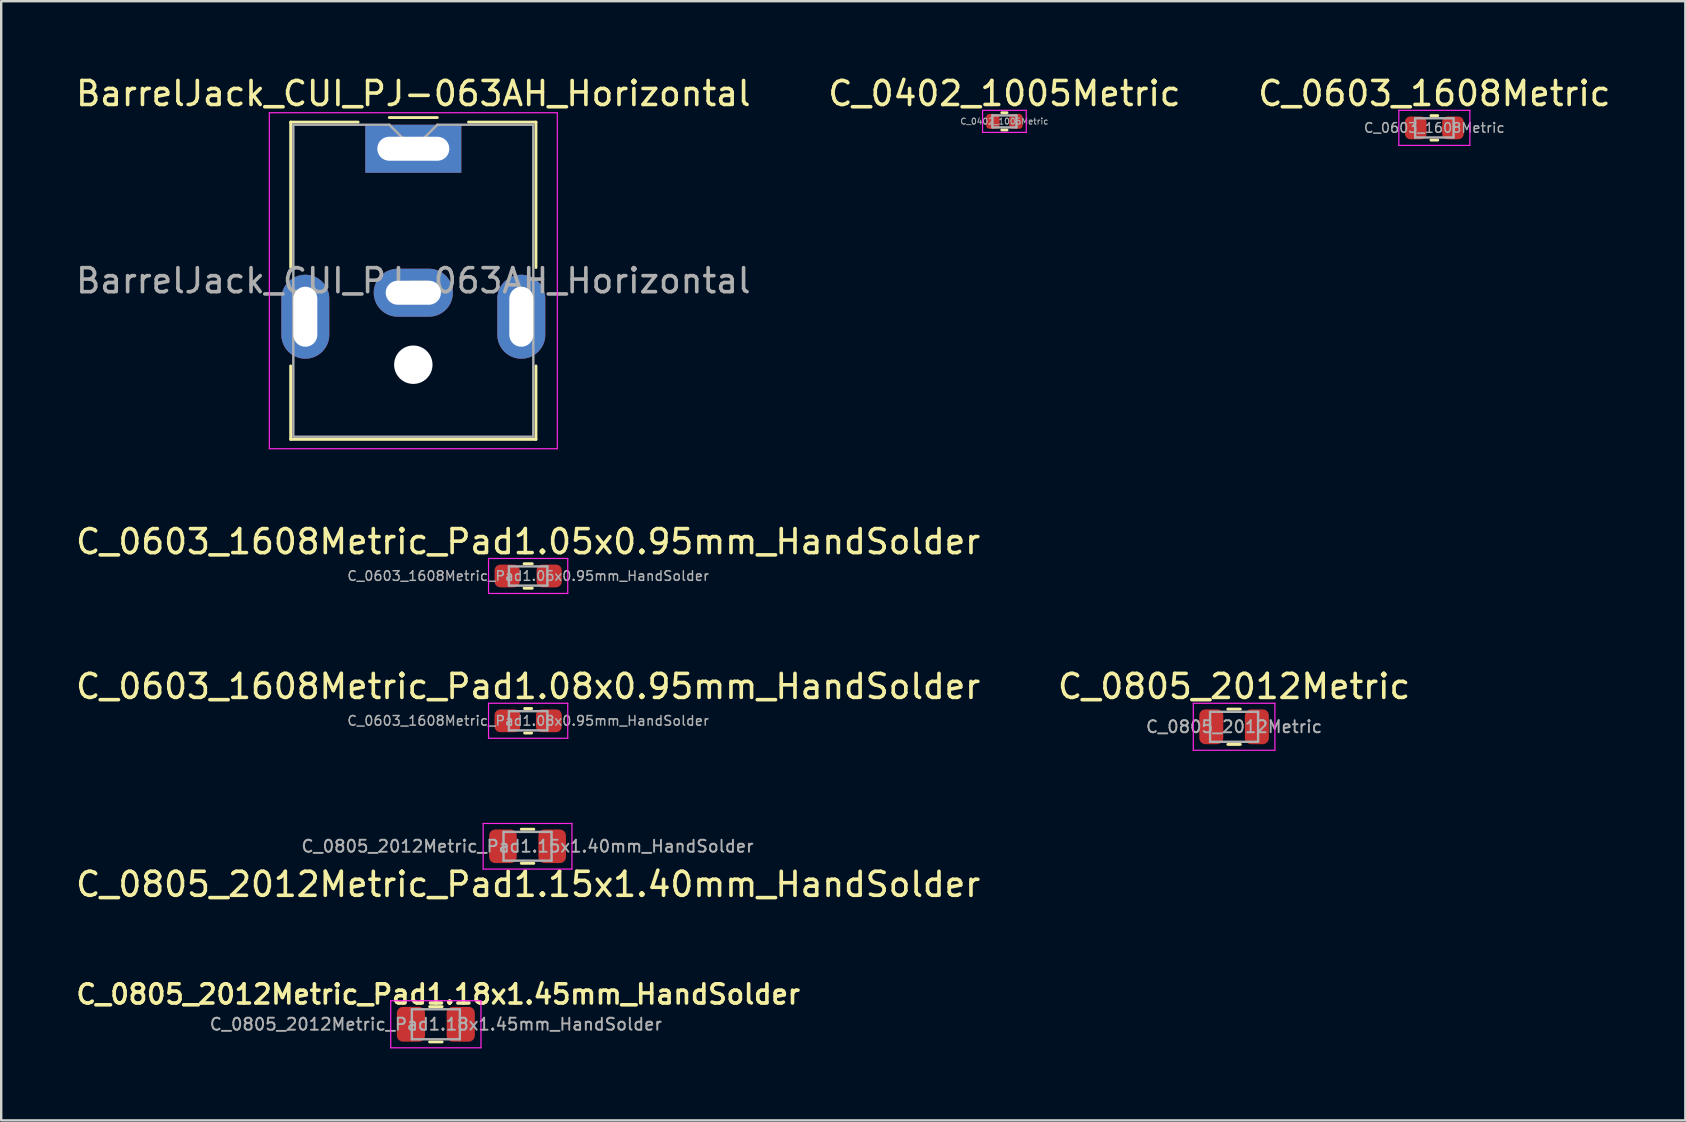
<source format=kicad_pcb>
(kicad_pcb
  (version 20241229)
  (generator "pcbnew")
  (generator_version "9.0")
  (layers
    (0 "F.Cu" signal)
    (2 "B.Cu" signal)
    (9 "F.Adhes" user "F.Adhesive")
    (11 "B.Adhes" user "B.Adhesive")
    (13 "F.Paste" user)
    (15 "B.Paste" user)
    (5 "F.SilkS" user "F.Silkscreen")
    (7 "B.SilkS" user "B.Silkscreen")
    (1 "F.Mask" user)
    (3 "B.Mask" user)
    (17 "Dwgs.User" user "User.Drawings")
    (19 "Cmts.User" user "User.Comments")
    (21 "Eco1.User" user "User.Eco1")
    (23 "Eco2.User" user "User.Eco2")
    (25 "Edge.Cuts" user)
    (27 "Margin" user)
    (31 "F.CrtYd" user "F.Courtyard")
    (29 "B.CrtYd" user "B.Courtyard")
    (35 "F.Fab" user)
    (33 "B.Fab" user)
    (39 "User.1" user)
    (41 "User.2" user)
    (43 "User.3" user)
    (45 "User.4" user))
  (footprint "C_0402_1005Metric"
    (layer "F.Cu")
    (at 38.804 2.008)
    (property "Reference" "C_0402_1005Metric" (at 0 -1.16 180) (layer "F.SilkS") (effects (font (size 1 1) (thickness 0.15))))
    (attr smd)
    (fp_line (start -0.108 -0.36) (end 0.108 -0.36) (stroke (width 0.12) (type solid)) (layer "F.SilkS"))
    (fp_line (start -0.108 0.36) (end 0.108 0.36) (stroke (width 0.12) (type solid)) (layer "F.SilkS"))
    (fp_line (start -0.91 -0.46) (end 0.91 -0.46) (stroke (width 0.05) (type solid)) (layer "F.CrtYd"))
    (fp_line (start -0.91 0.46) (end -0.91 -0.46) (stroke (width 0.05) (type solid)) (layer "F.CrtYd"))
    (fp_line (start 0.91 -0.46) (end 0.91 0.46) (stroke (width 0.05) (type solid)) (layer "F.CrtYd"))
    (fp_line (start 0.91 0.46) (end -0.91 0.46) (stroke (width 0.05) (type solid)) (layer "F.CrtYd"))
    (fp_line (start -0.5 -0.25) (end 0.5 -0.25) (stroke (width 0.1) (type solid)) (layer "F.Fab"))
    (fp_line (start -0.5 0.25) (end -0.5 -0.25) (stroke (width 0.1) (type solid)) (layer "F.Fab"))
    (fp_line (start 0.5 -0.25) (end 0.5 0.25) (stroke (width 0.1) (type solid)) (layer "F.Fab"))
    (fp_line (start 0.5 0.25) (end -0.5 0.25) (stroke (width 0.1) (type solid)) (layer "F.Fab"))
    (fp_text user "${REFERENCE}" (at 0 0 180) (layer "F.Fab") (effects (font (size 0.25 0.25) (thickness 0.04))))
    (pad "1" smd roundrect (at -0.48 0) (size 0.56 0.62) (layers "F.Cu" "F.Mask" "F.Paste") (roundrect_rratio 0.25))
    (pad "2" smd roundrect (at 0.48 0) (size 0.56 0.62) (layers "F.Cu" "F.Mask" "F.Paste") (roundrect_rratio 0.25)))
  (footprint "C_0805_2012Metric_Pad1.18x1.45mm_HandSolder"
    (layer "F.Cu")
    (at 15.112 39.632)
    (property "Reference" "C_0805_2012Metric_Pad1.18x1.45mm_HandSolder" (at 0.1 -1.25 0) (layer "F.SilkS") (effects (font (size 0.8 0.8) (thickness 0.15))))
    (attr smd)
    (fp_line (start -0.261 -0.735) (end 0.261 -0.735) (stroke (width 0.12) (type solid)) (layer "F.SilkS"))
    (fp_line (start -0.261 0.735) (end 0.261 0.735) (stroke (width 0.12) (type solid)) (layer "F.SilkS"))
    (fp_line (start -1.88 -0.98) (end 1.88 -0.98) (stroke (width 0.05) (type solid)) (layer "F.CrtYd"))
    (fp_line (start -1.88 0.98) (end -1.88 -0.98) (stroke (width 0.05) (type solid)) (layer "F.CrtYd"))
    (fp_line (start 1.88 -0.98) (end 1.88 0.98) (stroke (width 0.05) (type solid)) (layer "F.CrtYd"))
    (fp_line (start 1.88 0.98) (end -1.88 0.98) (stroke (width 0.05) (type solid)) (layer "F.CrtYd"))
    (fp_line (start -1 -0.625) (end 1 -0.625) (stroke (width 0.1) (type solid)) (layer "F.Fab"))
    (fp_line (start -1 0.625) (end -1 -0.625) (stroke (width 0.1) (type solid)) (layer "F.Fab"))
    (fp_line (start 1 -0.625) (end 1 0.625) (stroke (width 0.1) (type solid)) (layer "F.Fab"))
    (fp_line (start 1 0.625) (end -1 0.625) (stroke (width 0.1) (type solid)) (layer "F.Fab"))
    (fp_text user "${REFERENCE}" (at 0 0 0) (layer "F.Fab") (effects (font (size 0.5 0.5) (thickness 0.08))))
    (pad "1" smd roundrect (at -1.038 0) (size 1.175 1.45) (layers "F.Cu" "F.Mask" "F.Paste") (roundrect_rratio 0.213))
    (pad "2" smd roundrect (at 1.038 0) (size 1.175 1.45) (layers "F.Cu" "F.Mask" "F.Paste") (roundrect_rratio 0.213)))
  (footprint "BarrelJack_CUI_PJ-063AH_Horizontal"
    (layer "F.Cu")
    (at 14.173 3.148)
    (property "Reference" "BarrelJack_CUI_PJ-063AH_Horizontal" (at 0 -2.3 0) (layer "F.SilkS") (effects (font (size 1 1) (thickness 0.15))))
    (attr through_hole)
    (fp_line (start -5.11 -1.11) (end -2.3 -1.11) (stroke (width 0.12) (type solid)) (layer "F.SilkS"))
    (fp_line (start -5.11 4.95) (end -5.11 -1.11) (stroke (width 0.12) (type solid)) (layer "F.SilkS"))
    (fp_line (start -5.11 12.11) (end -5.11 9.05) (stroke (width 0.12) (type solid)) (layer "F.SilkS"))
    (fp_line (start -1 -1.3) (end 1 -1.3) (stroke (width 0.12) (type solid)) (layer "F.SilkS"))
    (fp_line (start 2.3 -1.11) (end 5.11 -1.11) (stroke (width 0.12) (type solid)) (layer "F.SilkS"))
    (fp_line (start 5.11 -1.11) (end 5.11 4.95) (stroke (width 0.12) (type solid)) (layer "F.SilkS"))
    (fp_line (start 5.11 9.05) (end 5.11 12.11) (stroke (width 0.12) (type solid)) (layer "F.SilkS"))
    (fp_line (start 5.11 12.11) (end -5.11 12.11) (stroke (width 0.12) (type solid)) (layer "F.SilkS"))
    (fp_line (start -6 -1.5) (end -6 12.5) (stroke (width 0.05) (type solid)) (layer "F.CrtYd"))
    (fp_line (start -6 12.5) (end 6 12.5) (stroke (width 0.05) (type solid)) (layer "F.CrtYd"))
    (fp_line (start 6 -1.5) (end -6 -1.5) (stroke (width 0.05) (type solid)) (layer "F.CrtYd"))
    (fp_line (start 6 12.5) (end 6 -1.5) (stroke (width 0.05) (type solid)) (layer "F.CrtYd"))
    (fp_line (start -5 -1) (end -1 -1) (stroke (width 0.1) (type solid)) (layer "F.Fab"))
    (fp_line (start -5 12) (end -5 -1) (stroke (width 0.1) (type solid)) (layer "F.Fab"))
    (fp_line (start -1 -1) (end 0 0) (stroke (width 0.1) (type solid)) (layer "F.Fab"))
    (fp_line (start 0 0) (end 1 -1) (stroke (width 0.1) (type solid)) (layer "F.Fab"))
    (fp_line (start 1 -1) (end 5 -1) (stroke (width 0.1) (type solid)) (layer "F.Fab"))
    (fp_line (start 5 -1) (end 5 12) (stroke (width 0.1) (type solid)) (layer "F.Fab"))
    (fp_line (start 5 12) (end -5 12) (stroke (width 0.1) (type solid)) (layer "F.Fab"))
    (fp_text user "${REFERENCE}" (at 0 5.5 0) (layer "F.Fab") (effects (font (size 1 1) (thickness 0.15))))
    (pad "" np_thru_hole circle (at 0 9) (size 1.6 1.6) (drill 1.6) (layers "*.Cu" "*.Mask"))
    (pad "1" thru_hole rect (at 0 0) (size 4 2) (drill oval 3 1) (layers "*.Cu" "*.Mask"))
    (pad "2" thru_hole oval (at 0 6) (size 3.3 2) (drill oval 2.3 1) (layers "*.Cu" "*.Mask"))
    (pad "MP" thru_hole oval (at -4.5 7) (size 2 3.5) (drill oval 1 2.5) (layers "*.Cu" "*.Mask"))
    (pad "MP" thru_hole oval (at 4.5 7) (size 2 3.5) (drill oval 1 2.5) (layers "*.Cu" "*.Mask")))
  (footprint "C_0805_2012Metric_Pad1.15x1.40mm_HandSolder"
    (layer "F.Cu")
    (at 18.933 32.215)
    (property "Reference" "C_0805_2012Metric_Pad1.15x1.40mm_HandSolder" (at 0.025 1.587 0) (layer "F.SilkS") (effects (font (size 1 1) (thickness 0.15))))
    (attr smd)
    (fp_line (start -0.261 -0.71) (end 0.261 -0.71) (stroke (width 0.12) (type solid)) (layer "F.SilkS"))
    (fp_line (start -0.261 0.71) (end 0.261 0.71) (stroke (width 0.12) (type solid)) (layer "F.SilkS"))
    (fp_line (start -1.85 -0.95) (end 1.85 -0.95) (stroke (width 0.05) (type solid)) (layer "F.CrtYd"))
    (fp_line (start -1.85 0.95) (end -1.85 -0.95) (stroke (width 0.05) (type solid)) (layer "F.CrtYd"))
    (fp_line (start 1.85 -0.95) (end 1.85 0.95) (stroke (width 0.05) (type solid)) (layer "F.CrtYd"))
    (fp_line (start 1.85 0.95) (end -1.85 0.95) (stroke (width 0.05) (type solid)) (layer "F.CrtYd"))
    (fp_line (start -1 -0.6) (end 1 -0.6) (stroke (width 0.1) (type solid)) (layer "F.Fab"))
    (fp_line (start -1 0.6) (end -1 -0.6) (stroke (width 0.1) (type solid)) (layer "F.Fab"))
    (fp_line (start 1 -0.6) (end 1 0.6) (stroke (width 0.1) (type solid)) (layer "F.Fab"))
    (fp_line (start 1 0.6) (end -1 0.6) (stroke (width 0.1) (type solid)) (layer "F.Fab"))
    (fp_text user "${REFERENCE}" (at 0 0 0) (layer "F.Fab") (effects (font (size 0.5 0.5) (thickness 0.08))))
    (pad "1" smd roundrect (at -1.025 0 180) (size 1.15 1.4) (layers "F.Cu" "F.Mask" "F.Paste") (roundrect_rratio 0.217))
    (pad "2" smd roundrect (at 1.025 0 180) (size 1.15 1.4) (layers "F.Cu" "F.Mask" "F.Paste") (roundrect_rratio 0.217)))
  (footprint "C_0805_2012Metric"
    (layer "F.Cu")
    (at 48.375 27.235)
    (property "Reference" "C_0805_2012Metric" (at 0 -1.68 0) (layer "F.SilkS") (effects (font (size 1 1) (thickness 0.15))))
    (attr smd)
    (fp_line (start -0.261 -0.735) (end 0.261 -0.735) (stroke (width 0.12) (type solid)) (layer "F.SilkS"))
    (fp_line (start -0.261 0.735) (end 0.261 0.735) (stroke (width 0.12) (type solid)) (layer "F.SilkS"))
    (fp_line (start -1.7 -0.98) (end 1.7 -0.98) (stroke (width 0.05) (type solid)) (layer "F.CrtYd"))
    (fp_line (start -1.7 0.98) (end -1.7 -0.98) (stroke (width 0.05) (type solid)) (layer "F.CrtYd"))
    (fp_line (start 1.7 -0.98) (end 1.7 0.98) (stroke (width 0.05) (type solid)) (layer "F.CrtYd"))
    (fp_line (start 1.7 0.98) (end -1.7 0.98) (stroke (width 0.05) (type solid)) (layer "F.CrtYd"))
    (fp_line (start -1 -0.625) (end 1 -0.625) (stroke (width 0.1) (type solid)) (layer "F.Fab"))
    (fp_line (start -1 0.625) (end -1 -0.625) (stroke (width 0.1) (type solid)) (layer "F.Fab"))
    (fp_line (start 1 -0.625) (end 1 0.625) (stroke (width 0.1) (type solid)) (layer "F.Fab"))
    (fp_line (start 1 0.625) (end -1 0.625) (stroke (width 0.1) (type solid)) (layer "F.Fab"))
    (fp_text user "${REFERENCE}" (at 0 0 0) (layer "F.Fab") (effects (font (size 0.5 0.5) (thickness 0.08))))
    (pad "1" smd roundrect (at -0.95 0) (size 1 1.45) (layers "F.Cu" "F.Mask" "F.Paste") (roundrect_rratio 0.25))
    (pad "2" smd roundrect (at 0.95 0) (size 1 1.45) (layers "F.Cu" "F.Mask" "F.Paste") (roundrect_rratio 0.25)))
  (footprint "C_0603_1608Metric"
    (layer "F.Cu")
    (at 56.72 2.278)
    (property "Reference" "C_0603_1608Metric" (at 0 -1.43 180) (layer "F.SilkS") (effects (font (size 1 1) (thickness 0.15))))
    (attr smd)
    (fp_line (start -0.141 -0.51) (end 0.141 -0.51) (stroke (width 0.12) (type solid)) (layer "F.SilkS"))
    (fp_line (start -0.141 0.51) (end 0.141 0.51) (stroke (width 0.12) (type solid)) (layer "F.SilkS"))
    (fp_line (start -1.48 -0.73) (end 1.48 -0.73) (stroke (width 0.05) (type solid)) (layer "F.CrtYd"))
    (fp_line (start -1.48 0.73) (end -1.48 -0.73) (stroke (width 0.05) (type solid)) (layer "F.CrtYd"))
    (fp_line (start 1.48 -0.73) (end 1.48 0.73) (stroke (width 0.05) (type solid)) (layer "F.CrtYd"))
    (fp_line (start 1.48 0.73) (end -1.48 0.73) (stroke (width 0.05) (type solid)) (layer "F.CrtYd"))
    (fp_line (start -0.8 -0.4) (end 0.8 -0.4) (stroke (width 0.1) (type solid)) (layer "F.Fab"))
    (fp_line (start -0.8 0.4) (end -0.8 -0.4) (stroke (width 0.1) (type solid)) (layer "F.Fab"))
    (fp_line (start 0.8 -0.4) (end 0.8 0.4) (stroke (width 0.1) (type solid)) (layer "F.Fab"))
    (fp_line (start 0.8 0.4) (end -0.8 0.4) (stroke (width 0.1) (type solid)) (layer "F.Fab"))
    (fp_text user "${REFERENCE}" (at 0 0 180) (layer "F.Fab") (effects (font (size 0.4 0.4) (thickness 0.06))))
    (pad "1" smd roundrect (at -0.775 0) (size 0.9 0.95) (layers "F.Cu" "F.Mask" "F.Paste") (roundrect_rratio 0.25))
    (pad "2" smd roundrect (at 0.775 0) (size 0.9 0.95) (layers "F.Cu" "F.Mask" "F.Paste") (roundrect_rratio 0.25)))
  (footprint "C_0603_1608Metric_Pad1.05x0.95mm_HandSolder"
    (layer "F.Cu")
    (at 18.958 20.951)
    (property "Reference" "C_0603_1608Metric_Pad1.05x0.95mm_HandSolder" (at 0 -1.43 0) (layer "F.SilkS") (effects (font (size 1 1) (thickness 0.15))))
    (attr smd)
    (fp_line (start -0.171 -0.51) (end 0.171 -0.51) (stroke (width 0.12) (type solid)) (layer "F.SilkS"))
    (fp_line (start -0.171 0.51) (end 0.171 0.51) (stroke (width 0.12) (type solid)) (layer "F.SilkS"))
    (fp_line (start -1.65 -0.73) (end 1.65 -0.73) (stroke (width 0.05) (type solid)) (layer "F.CrtYd"))
    (fp_line (start -1.65 0.73) (end -1.65 -0.73) (stroke (width 0.05) (type solid)) (layer "F.CrtYd"))
    (fp_line (start 1.65 -0.73) (end 1.65 0.73) (stroke (width 0.05) (type solid)) (layer "F.CrtYd"))
    (fp_line (start 1.65 0.73) (end -1.65 0.73) (stroke (width 0.05) (type solid)) (layer "F.CrtYd"))
    (fp_line (start -0.8 -0.4) (end 0.8 -0.4) (stroke (width 0.1) (type solid)) (layer "F.Fab"))
    (fp_line (start -0.8 0.4) (end -0.8 -0.4) (stroke (width 0.1) (type solid)) (layer "F.Fab"))
    (fp_line (start 0.8 -0.4) (end 0.8 0.4) (stroke (width 0.1) (type solid)) (layer "F.Fab"))
    (fp_line (start 0.8 0.4) (end -0.8 0.4) (stroke (width 0.1) (type solid)) (layer "F.Fab"))
    (fp_text user "${REFERENCE}" (at 0 0 0) (layer "F.Fab") (effects (font (size 0.4 0.4) (thickness 0.06))))
    (pad "1" smd roundrect (at -0.875 0) (size 1.05 0.95) (layers "F.Cu" "F.Mask" "F.Paste") (roundrect_rratio 0.25))
    (pad "2" smd roundrect (at 0.875 0) (size 1.05 0.95) (layers "F.Cu" "F.Mask" "F.Paste") (roundrect_rratio 0.25)))
  (footprint "C_0603_1608Metric_Pad1.08x0.95mm_HandSolder"
    (layer "F.Cu")
    (at 18.958 26.985)
    (property "Reference" "C_0603_1608Metric_Pad1.08x0.95mm_HandSolder" (at 0 -1.43 0) (layer "F.SilkS") (effects (font (size 1 1) (thickness 0.15))))
    (attr smd)
    (fp_line (start -0.146 -0.51) (end 0.146 -0.51) (stroke (width 0.12) (type solid)) (layer "F.SilkS"))
    (fp_line (start -0.146 0.51) (end 0.146 0.51) (stroke (width 0.12) (type solid)) (layer "F.SilkS"))
    (fp_line (start -1.65 -0.73) (end 1.65 -0.73) (stroke (width 0.05) (type solid)) (layer "F.CrtYd"))
    (fp_line (start -1.65 0.73) (end -1.65 -0.73) (stroke (width 0.05) (type solid)) (layer "F.CrtYd"))
    (fp_line (start 1.65 -0.73) (end 1.65 0.73) (stroke (width 0.05) (type solid)) (layer "F.CrtYd"))
    (fp_line (start 1.65 0.73) (end -1.65 0.73) (stroke (width 0.05) (type solid)) (layer "F.CrtYd"))
    (fp_line (start -0.8 -0.4) (end 0.8 -0.4) (stroke (width 0.1) (type solid)) (layer "F.Fab"))
    (fp_line (start -0.8 0.4) (end -0.8 -0.4) (stroke (width 0.1) (type solid)) (layer "F.Fab"))
    (fp_line (start 0.8 -0.4) (end 0.8 0.4) (stroke (width 0.1) (type solid)) (layer "F.Fab"))
    (fp_line (start 0.8 0.4) (end -0.8 0.4) (stroke (width 0.1) (type solid)) (layer "F.Fab"))
    (fp_text user "${REFERENCE}" (at 0 0 0) (layer "F.Fab") (effects (font (size 0.4 0.4) (thickness 0.06))))
    (pad "1" smd roundrect (at -0.863 0 180) (size 1.075 0.95) (layers "F.Cu" "F.Mask" "F.Paste") (roundrect_rratio 0.25))
    (pad "2" smd roundrect (at 0.863 0 180) (size 1.075 0.95) (layers "F.Cu" "F.Mask" "F.Paste") (roundrect_rratio 0.25)))
  (gr_rect
    (start -3 -3)
    (end 67.179 43.637)
    (stroke (width 0.1) (type default))
    (fill no)
    (layer "Edge.Cuts")))
</source>
